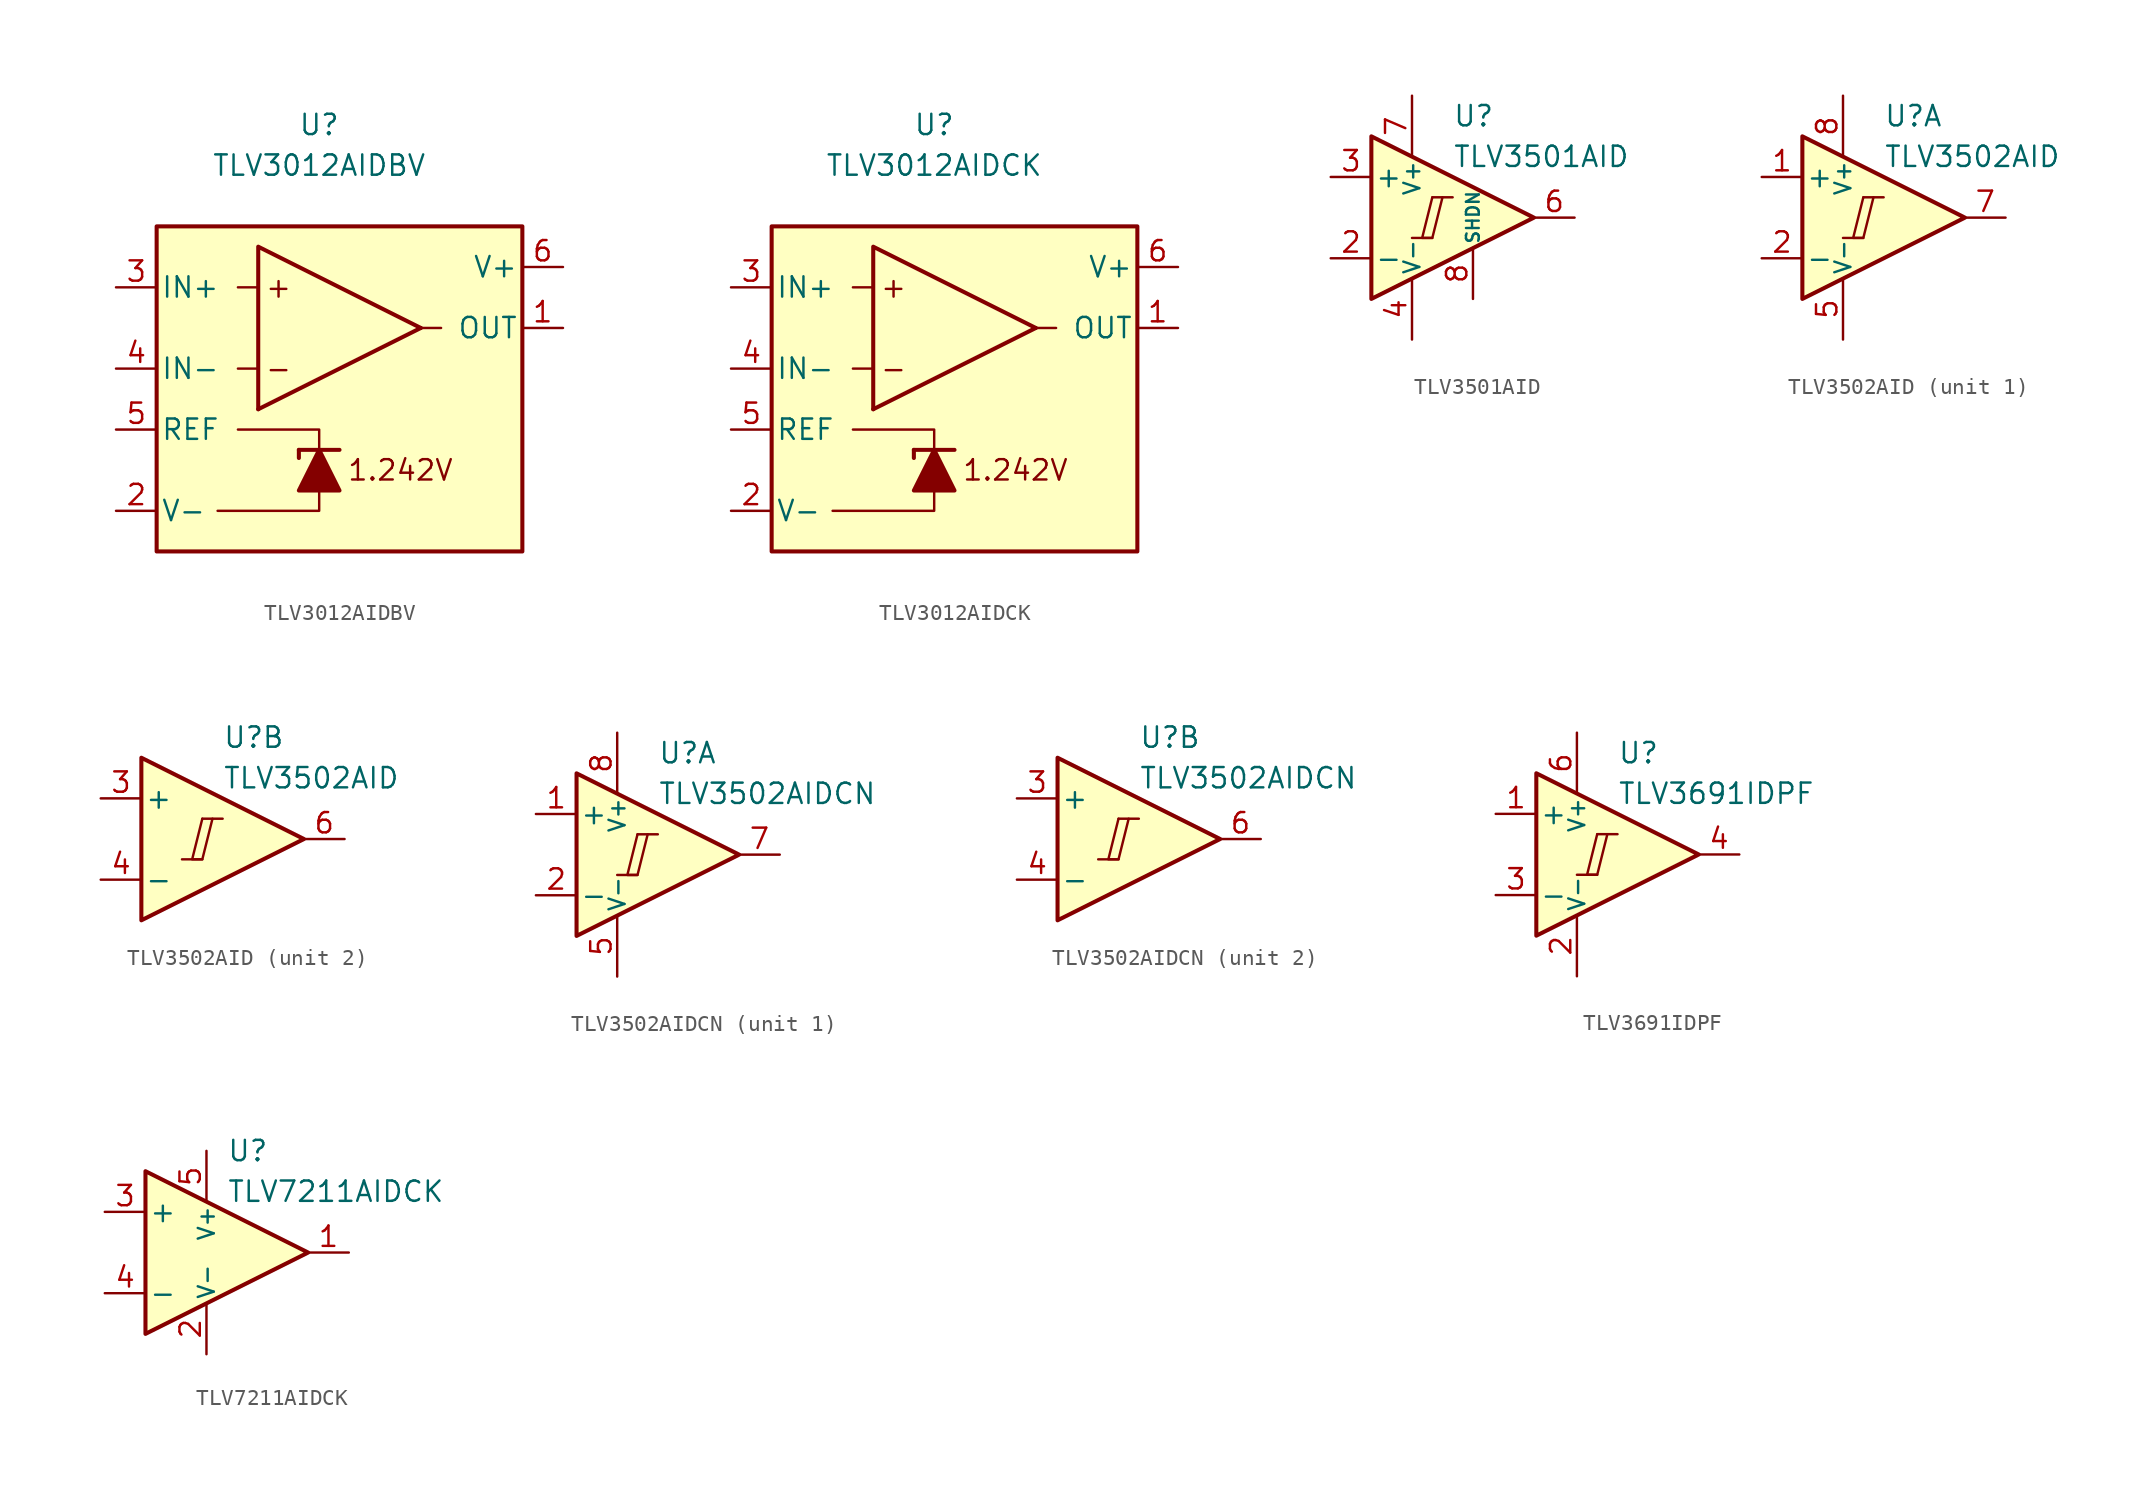
<source format=kicad_sym>
(kicad_symbol_lib
  (version 20231120)
  (generator "kicad_symbol_editor")
  (generator_version "8.0")
  (symbol "TLV3012AIDBV"
    (pin_names
      (offset 0.254))
    (property "Reference" "U"
      (at 0 16.51 0)
      (effects (font (size 1.27 1.27))))
    (property "Value" "TLV3012AIDBV"
      (at 0 13.97 0)
      (effects (font (size 1.27 1.27))))
    (symbol "TLV3012AIDBV_0_0"
      (polyline (pts (xy 6.35 3.81) (xy -3.81 -1.27)) (stroke (width 0.254) (type default)) (fill (type none)))
      (polyline (pts (xy 6.35 3.81) (xy -3.81 8.89) (xy -3.81 -1.27)) (stroke (width 0.254) (type default)) (fill (type background)))
      (text "+" (at -2.54 6.35 0) (effects (font (size 1.27 1.27))))
      (text "-" (at -2.54 1.27 0) (effects (font (size 1.27 1.27))))
      (text "1.242V" (at 5.08 -5.08 0) (effects (font (size 1.27 1.27)))))
    (symbol "TLV3012AIDBV_0_1"
      (rectangle (start -10.16 10.16) (end 12.7 -10.16) (stroke (width 0.254) (type default)) (fill (type background)))
      (polyline (pts (xy -3.81 1.27) (xy -5.08 1.27)) (stroke (width 0) (type default)) (fill (type none)))
      (polyline (pts (xy -3.81 6.35) (xy -5.08 6.35)) (stroke (width 0) (type default)) (fill (type none)))
      (polyline (pts (xy -1.27 -3.81) (xy -1.27 -4.318)) (stroke (width 0.254) (type default)) (fill (type none)))
      (polyline (pts (xy -1.27 -3.81) (xy 1.27 -3.81)) (stroke (width 0.254) (type default)) (fill (type none)))
      (polyline (pts (xy 6.35 3.81) (xy 7.62 3.81)) (stroke (width 0) (type default)) (fill (type none)))
      (polyline (pts (xy 0 -6.35) (xy 0 -7.62) (xy -6.35 -7.62)) (stroke (width 0) (type default)) (fill (type none)))
      (polyline (pts (xy 0 -3.81) (xy 0 -2.54) (xy -5.08 -2.54)) (stroke (width 0) (type default)) (fill (type none)))
      (polyline (pts (xy 1.27 -6.35) (xy -1.27 -6.35) (xy 0 -3.81) (xy 1.27 -6.35)) (stroke (width 0.254) (type default)) (fill (type outline))))
    (symbol "TLV3012AIDBV_1_1"
      (pin output line (at 15.24 3.81 180) (length 2.54) (name "OUT" (effects (font (size 1.27 1.27)))) (number "1" (effects (font (size 1.27 1.27)))))
      (pin power_in line (at -12.7 -7.62 0) (length 2.54) (name "V-" (effects (font (size 1.27 1.27)))) (number "2" (effects (font (size 1.27 1.27)))))
      (pin input line (at -12.7 6.35 0) (length 2.54) (name "IN+" (effects (font (size 1.27 1.27)))) (number "3" (effects (font (size 1.27 1.27)))))
      (pin input line (at -12.7 1.27 0) (length 2.54) (name "IN-" (effects (font (size 1.27 1.27)))) (number "4" (effects (font (size 1.27 1.27)))))
      (pin output line (at -12.7 -2.54 0) (length 2.54) (name "REF" (effects (font (size 1.27 1.27)))) (number "5" (effects (font (size 1.27 1.27)))))
      (pin power_in line (at 15.24 7.62 180) (length 2.54) (name "V+" (effects (font (size 1.27 1.27)))) (number "6" (effects (font (size 1.27 1.27)))))))
  (symbol "TLV3012AIDCK"
    (pin_names
      (offset 0.254))
    (property "Reference" "U"
      (at 0 16.51 0)
      (effects (font (size 1.27 1.27))))
    (property "Value" "TLV3012AIDCK"
      (at 0 13.97 0)
      (effects (font (size 1.27 1.27))))
    (symbol "TLV3012AIDCK_0_0"
      (polyline (pts (xy 6.35 3.81) (xy -3.81 -1.27)) (stroke (width 0.254) (type default)) (fill (type none)))
      (polyline (pts (xy 6.35 3.81) (xy -3.81 8.89) (xy -3.81 -1.27)) (stroke (width 0.254) (type default)) (fill (type background)))
      (text "+" (at -2.54 6.35 0) (effects (font (size 1.27 1.27))))
      (text "-" (at -2.54 1.27 0) (effects (font (size 1.27 1.27))))
      (text "1.242V" (at 5.08 -5.08 0) (effects (font (size 1.27 1.27)))))
    (symbol "TLV3012AIDCK_0_1"
      (rectangle (start -10.16 10.16) (end 12.7 -10.16) (stroke (width 0.254) (type default)) (fill (type background)))
      (polyline (pts (xy -3.81 1.27) (xy -5.08 1.27)) (stroke (width 0) (type default)) (fill (type none)))
      (polyline (pts (xy -3.81 6.35) (xy -5.08 6.35)) (stroke (width 0) (type default)) (fill (type none)))
      (polyline (pts (xy -1.27 -3.81) (xy -1.27 -4.318)) (stroke (width 0.254) (type default)) (fill (type none)))
      (polyline (pts (xy -1.27 -3.81) (xy 1.27 -3.81)) (stroke (width 0.254) (type default)) (fill (type none)))
      (polyline (pts (xy 6.35 3.81) (xy 7.62 3.81)) (stroke (width 0) (type default)) (fill (type none)))
      (polyline (pts (xy 0 -6.35) (xy 0 -7.62) (xy -6.35 -7.62)) (stroke (width 0) (type default)) (fill (type none)))
      (polyline (pts (xy 0 -3.81) (xy 0 -2.54) (xy -5.08 -2.54)) (stroke (width 0) (type default)) (fill (type none)))
      (polyline (pts (xy 1.27 -6.35) (xy -1.27 -6.35) (xy 0 -3.81) (xy 1.27 -6.35)) (stroke (width 0.254) (type default)) (fill (type outline))))
    (symbol "TLV3012AIDCK_1_1"
      (pin output line (at 15.24 3.81 180) (length 2.54) (name "OUT" (effects (font (size 1.27 1.27)))) (number "1" (effects (font (size 1.27 1.27)))))
      (pin power_in line (at -12.7 -7.62 0) (length 2.54) (name "V-" (effects (font (size 1.27 1.27)))) (number "2" (effects (font (size 1.27 1.27)))))
      (pin input line (at -12.7 6.35 0) (length 2.54) (name "IN+" (effects (font (size 1.27 1.27)))) (number "3" (effects (font (size 1.27 1.27)))))
      (pin input line (at -12.7 1.27 0) (length 2.54) (name "IN-" (effects (font (size 1.27 1.27)))) (number "4" (effects (font (size 1.27 1.27)))))
      (pin output line (at -12.7 -2.54 0) (length 2.54) (name "REF" (effects (font (size 1.27 1.27)))) (number "5" (effects (font (size 1.27 1.27)))))
      (pin power_in line (at 15.24 7.62 180) (length 2.54) (name "V+" (effects (font (size 1.27 1.27)))) (number "6" (effects (font (size 1.27 1.27)))))))
  (symbol "TLV3501AID"
    (pin_names
      (offset 0.2))
    (property "Reference" "U"
      (at 1.27 6.35 0)
      (effects (font (size 1.27 1.27)) (justify left)))
    (property "Value" "TLV3501AID"
      (at 1.27 3.81 0)
      (effects (font (size 1.27 1.27)) (justify left)))
    (symbol "TLV3501AID_0_0"
      (polyline (pts (xy -1.27 -1.27) (xy 0 -1.27)) (stroke (width 0.152) (type default)) (fill (type none)))
      (polyline (pts (xy 0 1.27) (xy 1.27 1.27)) (stroke (width 0.152) (type default)) (fill (type none)))
      (polyline (pts (xy 0 1.27) (xy -0.635 -1.27) (xy 0 -1.27) (xy 0.635 1.27)) (stroke (width 0.152) (type default)) (fill (type none))))
    (symbol "TLV3501AID_0_1"
      (polyline (pts (xy -3.81 5.08) (xy -3.81 -5.08) (xy 6.35 0) (xy -3.81 5.08)) (stroke (width 0.254) (type default)) (fill (type background))))
    (symbol "TLV3501AID_1_1"
      (pin free line (at -1.27 1.27 0) (length 2.54) hide (name "NC" (effects (font (size 1.27 1.27)))) (number "1" (effects (font (size 1.27 1.27)))))
      (pin input line (at -6.35 -2.54 0) (length 2.54) (name "-" (effects (font (size 1.27 1.27)))) (number "2" (effects (font (size 1.27 1.27)))))
      (pin input line (at -6.35 2.54 0) (length 2.54) (name "+" (effects (font (size 1.27 1.27)))) (number "3" (effects (font (size 1.27 1.27)))))
      (pin power_in line (at -1.27 -7.62 90) (length 3.81) (name "V-" (effects (font (size 1 1)))) (number "4" (effects (font (size 1.27 1.27)))))
      (pin free line (at -1.27 -1.27 0) (length 2.54) hide (name "NC" (effects (font (size 1.27 1.27)))) (number "5" (effects (font (size 1.27 1.27)))))
      (pin output line (at 8.89 0 180) (length 2.54) (name "~" (effects (font (size 1.27 1.27)))) (number "6" (effects (font (size 1.27 1.27)))))
      (pin power_in line (at -1.27 7.62 270) (length 3.81) (name "V+" (effects (font (size 1 1)))) (number "7" (effects (font (size 1.27 1.27)))))
      (pin input line (at 2.54 -5.08 90) (length 3.18) (name "SHDN" (effects (font (size 0.8 0.8)))) (number "8" (effects (font (size 1.27 1.27)))))))
  (symbol "TLV3502AID"
    (pin_names
      (offset 0.2))
    (property "Reference" "U"
      (at 1.27 6.35 0)
      (effects (font (size 1.27 1.27)) (justify left)))
    (property "Value" "TLV3502AID"
      (at 1.27 3.81 0)
      (effects (font (size 1.27 1.27)) (justify left)))
    (property "ki_locked" ""
      (at 0 0 0)
      (effects (font (size 1.27 1.27))))
    (symbol "TLV3502AID_0_0"
      (polyline (pts (xy -1.27 -1.27) (xy 0 -1.27)) (stroke (width 0.152) (type default)) (fill (type none)))
      (polyline (pts (xy 0 1.27) (xy 1.27 1.27)) (stroke (width 0.152) (type default)) (fill (type none)))
      (polyline (pts (xy 0 1.27) (xy -0.635 -1.27) (xy 0 -1.27) (xy 0.635 1.27)) (stroke (width 0.152) (type default)) (fill (type none))))
    (symbol "TLV3502AID_0_1"
      (polyline (pts (xy -3.81 5.08) (xy -3.81 -5.08) (xy 6.35 0) (xy -3.81 5.08)) (stroke (width 0.254) (type default)) (fill (type background))))
    (symbol "TLV3502AID_1_1"
      (pin input line (at -6.35 2.54 0) (length 2.54) (name "+" (effects (font (size 1.27 1.27)))) (number "1" (effects (font (size 1.27 1.27)))))
      (pin input line (at -6.35 -2.54 0) (length 2.54) (name "-" (effects (font (size 1.27 1.27)))) (number "2" (effects (font (size 1.27 1.27)))))
      (pin power_in line (at -1.27 -7.62 90) (length 3.81) (name "V-" (effects (font (size 1 1)))) (number "5" (effects (font (size 1.27 1.27)))))
      (pin output line (at 8.89 0 180) (length 2.54) (name "~" (effects (font (size 1.27 1.27)))) (number "7" (effects (font (size 1.27 1.27)))))
      (pin power_in line (at -1.27 7.62 270) (length 3.81) (name "V+" (effects (font (size 1 1)))) (number "8" (effects (font (size 1.27 1.27))))))
    (symbol "TLV3502AID_2_1"
      (pin input line (at -6.35 2.54 0) (length 2.54) (name "+" (effects (font (size 1.27 1.27)))) (number "3" (effects (font (size 1.27 1.27)))))
      (pin input line (at -6.35 -2.54 0) (length 2.54) (name "-" (effects (font (size 1.27 1.27)))) (number "4" (effects (font (size 1.27 1.27)))))
      (pin output line (at 8.89 0 180) (length 2.54) (name "~" (effects (font (size 1.27 1.27)))) (number "6" (effects (font (size 1.27 1.27)))))))
  (symbol "TLV3502AIDCN"
    (pin_names
      (offset 0.2))
    (property "Reference" "U"
      (at 1.27 6.35 0)
      (effects (font (size 1.27 1.27)) (justify left)))
    (property "Value" "TLV3502AIDCN"
      (at 1.27 3.81 0)
      (effects (font (size 1.27 1.27)) (justify left)))
    (property "ki_locked" ""
      (at 0 0 0)
      (effects (font (size 1.27 1.27))))
    (symbol "TLV3502AIDCN_0_0"
      (polyline (pts (xy -1.27 -1.27) (xy 0 -1.27)) (stroke (width 0.152) (type default)) (fill (type none)))
      (polyline (pts (xy 0 1.27) (xy 1.27 1.27)) (stroke (width 0.152) (type default)) (fill (type none)))
      (polyline (pts (xy 0 1.27) (xy -0.635 -1.27) (xy 0 -1.27) (xy 0.635 1.27)) (stroke (width 0.152) (type default)) (fill (type none))))
    (symbol "TLV3502AIDCN_0_1"
      (polyline (pts (xy -3.81 5.08) (xy -3.81 -5.08) (xy 6.35 0) (xy -3.81 5.08)) (stroke (width 0.254) (type default)) (fill (type background))))
    (symbol "TLV3502AIDCN_1_1"
      (pin input line (at -6.35 2.54 0) (length 2.54) (name "+" (effects (font (size 1.27 1.27)))) (number "1" (effects (font (size 1.27 1.27)))))
      (pin input line (at -6.35 -2.54 0) (length 2.54) (name "-" (effects (font (size 1.27 1.27)))) (number "2" (effects (font (size 1.27 1.27)))))
      (pin power_in line (at -1.27 -7.62 90) (length 3.81) (name "V-" (effects (font (size 1 1)))) (number "5" (effects (font (size 1.27 1.27)))))
      (pin output line (at 8.89 0 180) (length 2.54) (name "~" (effects (font (size 1.27 1.27)))) (number "7" (effects (font (size 1.27 1.27)))))
      (pin power_in line (at -1.27 7.62 270) (length 3.81) (name "V+" (effects (font (size 1 1)))) (number "8" (effects (font (size 1.27 1.27))))))
    (symbol "TLV3502AIDCN_2_1"
      (pin input line (at -6.35 2.54 0) (length 2.54) (name "+" (effects (font (size 1.27 1.27)))) (number "3" (effects (font (size 1.27 1.27)))))
      (pin input line (at -6.35 -2.54 0) (length 2.54) (name "-" (effects (font (size 1.27 1.27)))) (number "4" (effects (font (size 1.27 1.27)))))
      (pin output line (at 8.89 0 180) (length 2.54) (name "~" (effects (font (size 1.27 1.27)))) (number "6" (effects (font (size 1.27 1.27)))))))
  (symbol "TLV3691IDPF"
    (pin_names
      (offset 0.2))
    (property "Reference" "U"
      (at 1.27 6.35 0)
      (effects (font (size 1.27 1.27)) (justify left)))
    (property "Value" "TLV3691IDPF"
      (at 1.27 3.81 0)
      (effects (font (size 1.27 1.27)) (justify left)))
    (symbol "TLV3691IDPF_0_0"
      (polyline (pts (xy -1.27 -1.27) (xy 0 -1.27)) (stroke (width 0.152) (type default)) (fill (type none)))
      (polyline (pts (xy 0 1.27) (xy 1.27 1.27)) (stroke (width 0.152) (type default)) (fill (type none)))
      (polyline (pts (xy 0 1.27) (xy -0.635 -1.27) (xy 0 -1.27) (xy 0.635 1.27)) (stroke (width 0.152) (type default)) (fill (type none))))
    (symbol "TLV3691IDPF_0_1"
      (polyline (pts (xy -3.81 5.08) (xy -3.81 -5.08) (xy 6.35 0) (xy -3.81 5.08)) (stroke (width 0.254) (type default)) (fill (type background))))
    (symbol "TLV3691IDPF_1_1"
      (pin input line (at -6.35 2.54 0) (length 2.54) (name "+" (effects (font (size 1.27 1.27)))) (number "1" (effects (font (size 1.27 1.27)))))
      (pin power_in line (at -1.27 -7.62 90) (length 3.81) (name "V-" (effects (font (size 1 1)))) (number "2" (effects (font (size 1.27 1.27)))))
      (pin input line (at -6.35 -2.54 0) (length 2.54) (name "-" (effects (font (size 1.27 1.27)))) (number "3" (effects (font (size 1.27 1.27)))))
      (pin output line (at 8.89 0 180) (length 2.54) (name "~" (effects (font (size 1.27 1.27)))) (number "4" (effects (font (size 1.27 1.27)))))
      (pin free line (at -1.27 0 0) (length 2.54) hide (name "NC" (effects (font (size 1.27 1.27)))) (number "5" (effects (font (size 1.27 1.27)))))
      (pin power_in line (at -1.27 7.62 270) (length 3.81) (name "V+" (effects (font (size 1 1)))) (number "6" (effects (font (size 1.27 1.27)))))))
  (symbol "TLV7211AIDCK"
    (pin_names
      (offset 0.2))
    (property "Reference" "U"
      (at 1.27 6.35 0)
      (effects (font (size 1.27 1.27)) (justify left)))
    (property "Value" "TLV7211AIDCK"
      (at 1.27 3.81 0)
      (effects (font (size 1.27 1.27)) (justify left)))
    (symbol "TLV7211AIDCK_0_1"
      (polyline (pts (xy -3.81 5.08) (xy -3.81 -5.08) (xy 6.35 0) (xy -3.81 5.08)) (stroke (width 0.254) (type default)) (fill (type background))))
    (symbol "TLV7211AIDCK_1_1"
      (pin output line (at 8.89 0 180) (length 2.54) (name "~" (effects (font (size 1.27 1.27)))) (number "1" (effects (font (size 1.27 1.27)))))
      (pin power_in line (at 0 -6.35 90) (length 3.18) (name "V-" (effects (font (size 1 1)))) (number "2" (effects (font (size 1.27 1.27)))))
      (pin input line (at -6.35 2.54 0) (length 2.54) (name "+" (effects (font (size 1.27 1.27)))) (number "3" (effects (font (size 1.27 1.27)))))
      (pin input line (at -6.35 -2.54 0) (length 2.54) (name "-" (effects (font (size 1.27 1.27)))) (number "4" (effects (font (size 1.27 1.27)))))
      (pin power_in line (at 0 6.35 270) (length 3.18) (name "V+" (effects (font (size 1 1)))) (number "5" (effects (font (size 1.27 1.27)))))
      (pin no_connect line (at -1.27 0 0) (length 2.54) hide (name "NC" (effects (font (size 1.27 1.27)))) (number "6" (effects (font (size 1.27 1.27))))))))
</source>
